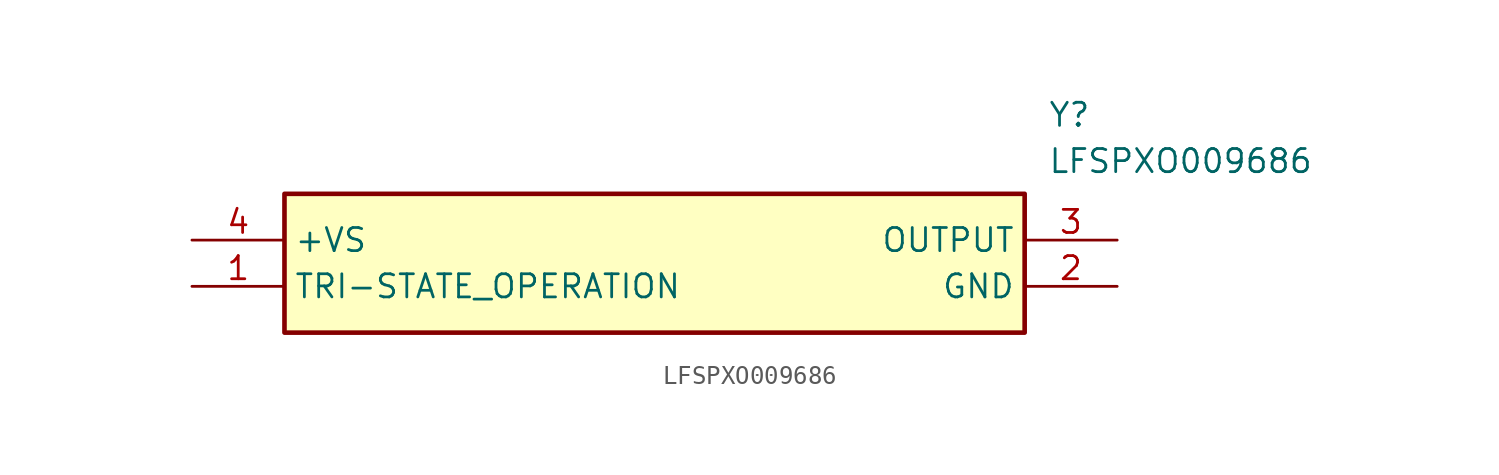
<source format=kicad_sym>
(kicad_symbol_lib
  (version 20211014)
  (generator SamacSys_ECAD_Model)
  (symbol "LFSPXO009686"
    (property "Reference" "Y"
      (at 46.99 7.62 0)
      (effects (font (size 1.27 1.27)) (justify left top)))
    (property "Value" "LFSPXO009686"
      (at 46.99 5.08 0)
      (effects (font (size 1.27 1.27)) (justify left top)))
    (rectangle
      (start 5.08 2.54)
      (end 45.72 -5.08)
      (stroke (width 0.254) (type default))
      (fill (type background)))
    (pin passive line
      (at 0 -2.54 0)
      (length 5.08)
      (name "TRI-STATE_OPERATION" (effects (font (size 1.27 1.27))))
      (number "1" (effects (font (size 1.27 1.27)))))
    (pin passive line
      (at 50.8 -2.54 180)
      (length 5.08)
      (name "GND" (effects (font (size 1.27 1.27))))
      (number "2" (effects (font (size 1.27 1.27)))))
    (pin passive line
      (at 50.8 0 180)
      (length 5.08)
      (name "OUTPUT" (effects (font (size 1.27 1.27))))
      (number "3" (effects (font (size 1.27 1.27)))))
    (pin passive line
      (at 0 0 0)
      (length 5.08)
      (name "+VS" (effects (font (size 1.27 1.27))))
      (number "4" (effects (font (size 1.27 1.27)))))))
</source>
